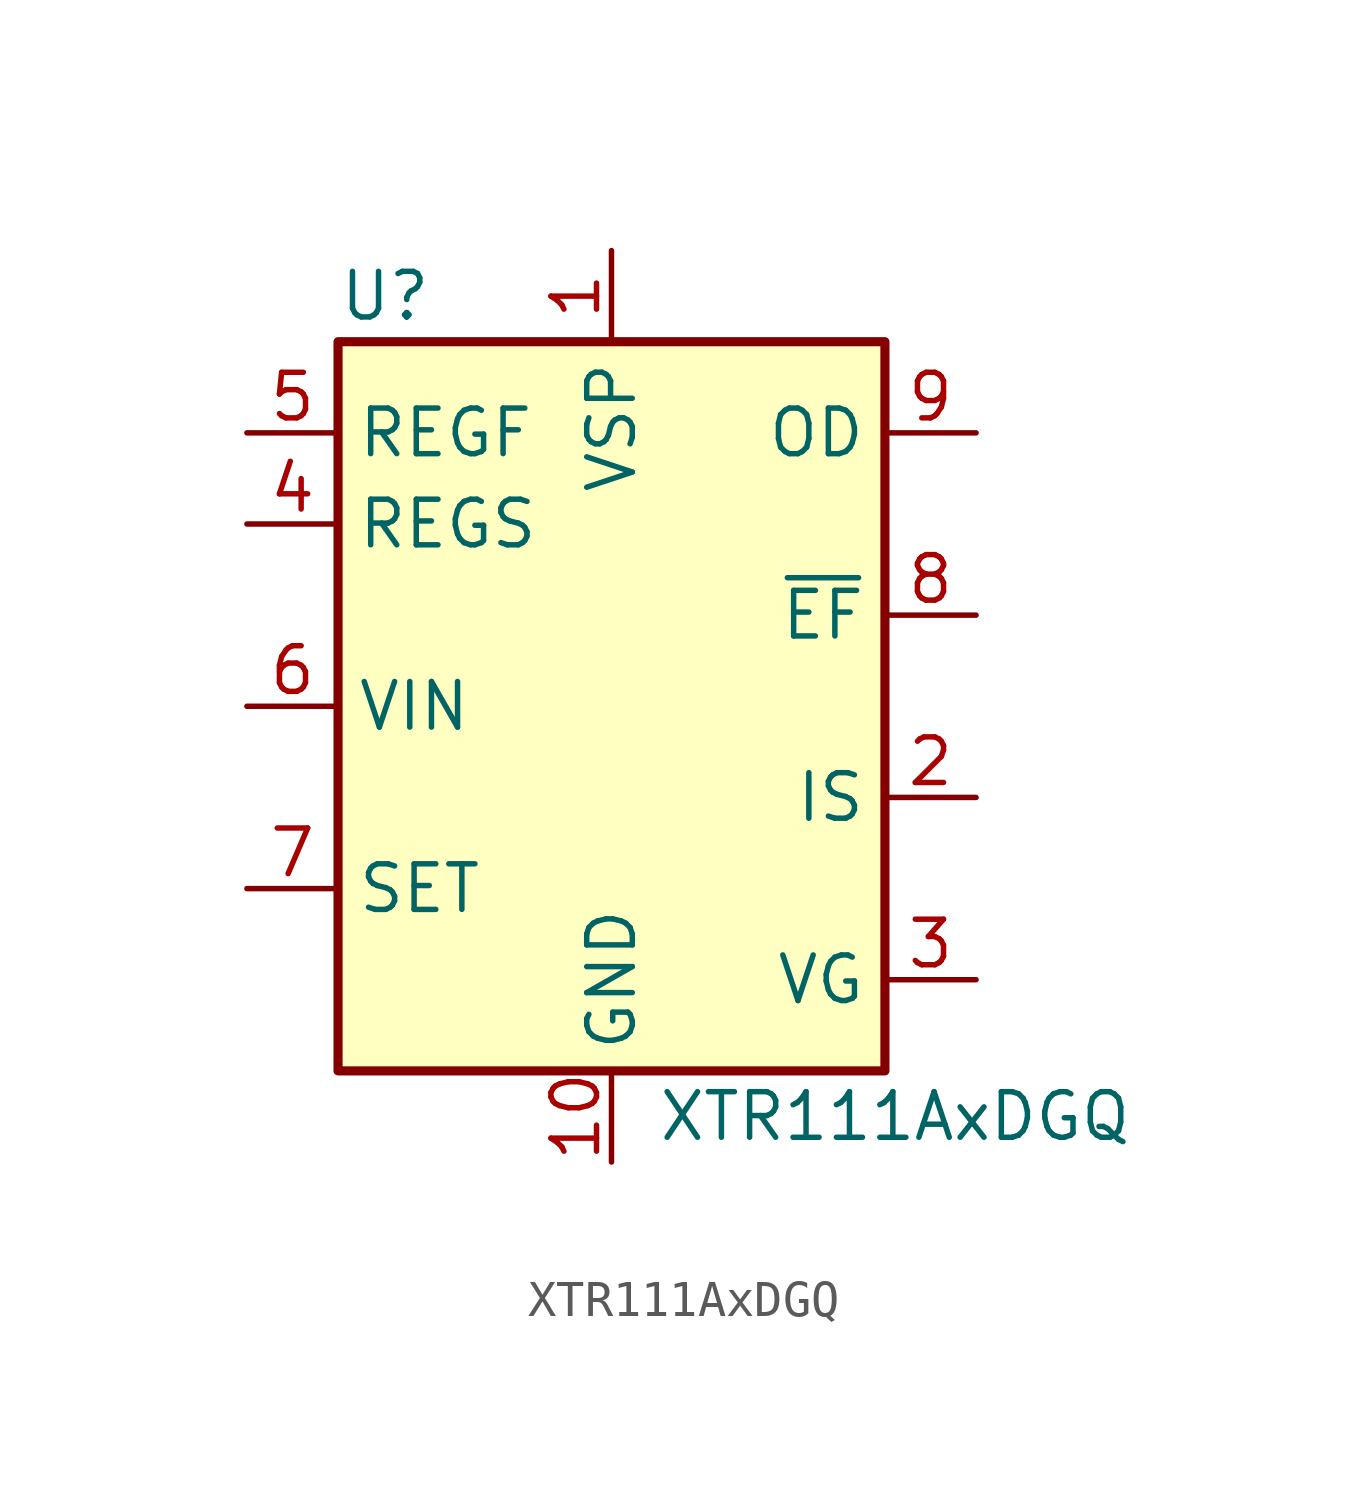
<source format=kicad_sym>
(kicad_symbol_lib
  (version 20231120)
  (generator "kicad_symbol_editor")
  (generator_version "8.0")
  (symbol "XTR111AxDGQ"
    (property "Reference" "U"
      (at -7.62 11.43 0)
      (effects (font (size 1.27 1.27)) (justify left)))
    (property "Value" "XTR111AxDGQ"
      (at 1.27 -11.43 0)
      (effects (font (size 1.27 1.27)) (justify left)))
    (symbol "XTR111AxDGQ_0_1"
      (rectangle (start -7.62 10.16) (end 7.62 -10.16) (stroke (width 0.254) (type default)) (fill (type background))))
    (symbol "XTR111AxDGQ_1_1"
      (pin power_in line (at 0 12.7 270) (length 2.54) (name "VSP" (effects (font (size 1.27 1.27)))) (number "1" (effects (font (size 1.27 1.27)))))
      (pin power_in line (at 0 -12.7 90) (length 2.54) (name "GND" (effects (font (size 1.27 1.27)))) (number "10" (effects (font (size 1.27 1.27)))))
      (pin passive line (at 0 -12.7 90) (length 2.54) hide (name "GND" (effects (font (size 1.27 1.27)))) (number "11" (effects (font (size 1.27 1.27)))))
      (pin output line (at 10.16 -2.54 180) (length 2.54) (name "IS" (effects (font (size 1.27 1.27)))) (number "2" (effects (font (size 1.27 1.27)))))
      (pin output line (at 10.16 -7.62 180) (length 2.54) (name "VG" (effects (font (size 1.27 1.27)))) (number "3" (effects (font (size 1.27 1.27)))))
      (pin input line (at -10.16 5.08 0) (length 2.54) (name "REGS" (effects (font (size 1.27 1.27)))) (number "4" (effects (font (size 1.27 1.27)))))
      (pin output line (at -10.16 7.62 0) (length 2.54) (name "REGF" (effects (font (size 1.27 1.27)))) (number "5" (effects (font (size 1.27 1.27)))))
      (pin input line (at -10.16 0 0) (length 2.54) (name "VIN" (effects (font (size 1.27 1.27)))) (number "6" (effects (font (size 1.27 1.27)))))
      (pin passive line (at -10.16 -5.08 0) (length 2.54) (name "SET" (effects (font (size 1.27 1.27)))) (number "7" (effects (font (size 1.27 1.27)))))
      (pin open_collector line (at 10.16 2.54 180) (length 2.54) (name "~{EF}" (effects (font (size 1.27 1.27)))) (number "8" (effects (font (size 1.27 1.27)))))
      (pin input line (at 10.16 7.62 180) (length 2.54) (name "OD" (effects (font (size 1.27 1.27)))) (number "9" (effects (font (size 1.27 1.27))))))))
</source>
